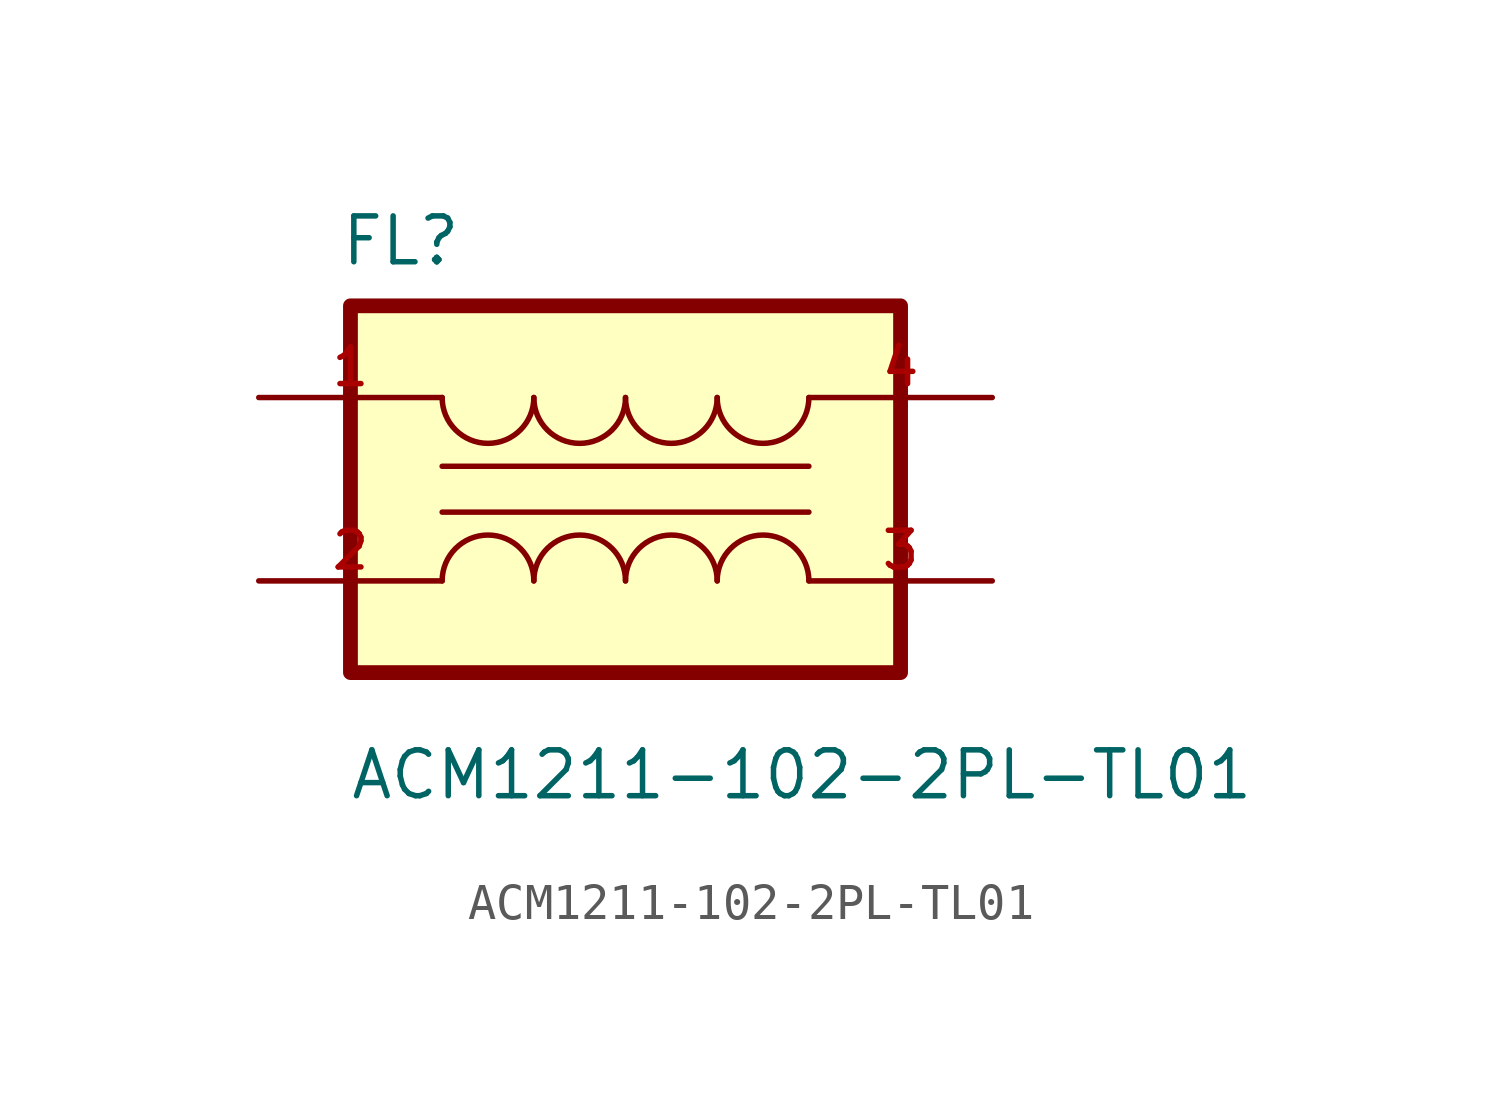
<source format=kicad_sym>
(kicad_symbol_lib
  (version 20241209)
  (generator "kicad_symbol_editor")
  (generator_version "9.0")
  (symbol "ACM1211-102-2PL-TL01"
    (pin_names
      (offset 1.016))
    (property "Reference" "FL"
      (at -7.929 6.138 0)
      (effects (font (size 1.27 1.27)) (justify left bottom)))
    (property "Value" "ACM1211-102-2PL-TL01"
      (at -7.672 -8.654 0)
      (effects (font (size 1.27 1.27)) (justify left bottom)))
    (symbol "ACM1211-102-2PL-TL01_0_0"
      (rectangle (start -7.62 -5.08) (end 7.62 5.08) (stroke (width 0.41) (type default)) (fill (type background)))
      (polyline (pts (xy -5.08 0.635) (xy 5.08 0.635)) (stroke (width 0.152) (type default)) (fill (type none)))
      (polyline (pts (xy -5.08 -0.635) (xy 5.08 -0.635)) (stroke (width 0.152) (type default)) (fill (type none)))
      (arc (start -2.54 2.54) (mid -3.81 1.2755) (end -5.08 2.54) (stroke (width 0.1524) (type default)) (fill (type none)))
      (arc (start -5.08 -2.54) (mid -3.81 -1.2755) (end -2.54 -2.54) (stroke (width 0.1524) (type default)) (fill (type none)))
      (arc (start 0 2.54) (mid -1.27 1.2755) (end -2.54 2.54) (stroke (width 0.1524) (type default)) (fill (type none)))
      (arc (start -2.54 -2.54) (mid -1.27 -1.2755) (end 0 -2.54) (stroke (width 0.1524) (type default)) (fill (type none)))
      (arc (start 2.54 2.54) (mid 1.27 1.2755) (end 0 2.54) (stroke (width 0.1524) (type default)) (fill (type none)))
      (arc (start 0 -2.54) (mid 1.27 -1.2755) (end 2.54 -2.54) (stroke (width 0.1524) (type default)) (fill (type none)))
      (arc (start 5.08 2.54) (mid 3.81 1.2755) (end 2.54 2.54) (stroke (width 0.1524) (type default)) (fill (type none)))
      (arc (start 2.54 -2.54) (mid 3.81 -1.2755) (end 5.08 -2.54) (stroke (width 0.1524) (type default)) (fill (type none)))
      (pin passive line (at -10.16 2.54 0) (length 5.08) (name "~" (effects (font (size 1.016 1.016)))) (number "1" (effects (font (size 1.016 1.016)))))
      (pin passive line (at -10.16 -2.54 0) (length 5.08) (name "~" (effects (font (size 1.016 1.016)))) (number "2" (effects (font (size 1.016 1.016)))))
      (pin passive line (at 10.16 2.54 180) (length 5.08) (name "~" (effects (font (size 1.016 1.016)))) (number "4" (effects (font (size 1.016 1.016)))))
      (pin passive line (at 10.16 -2.54 180) (length 5.08) (name "~" (effects (font (size 1.016 1.016)))) (number "3" (effects (font (size 1.016 1.016))))))))
</source>
